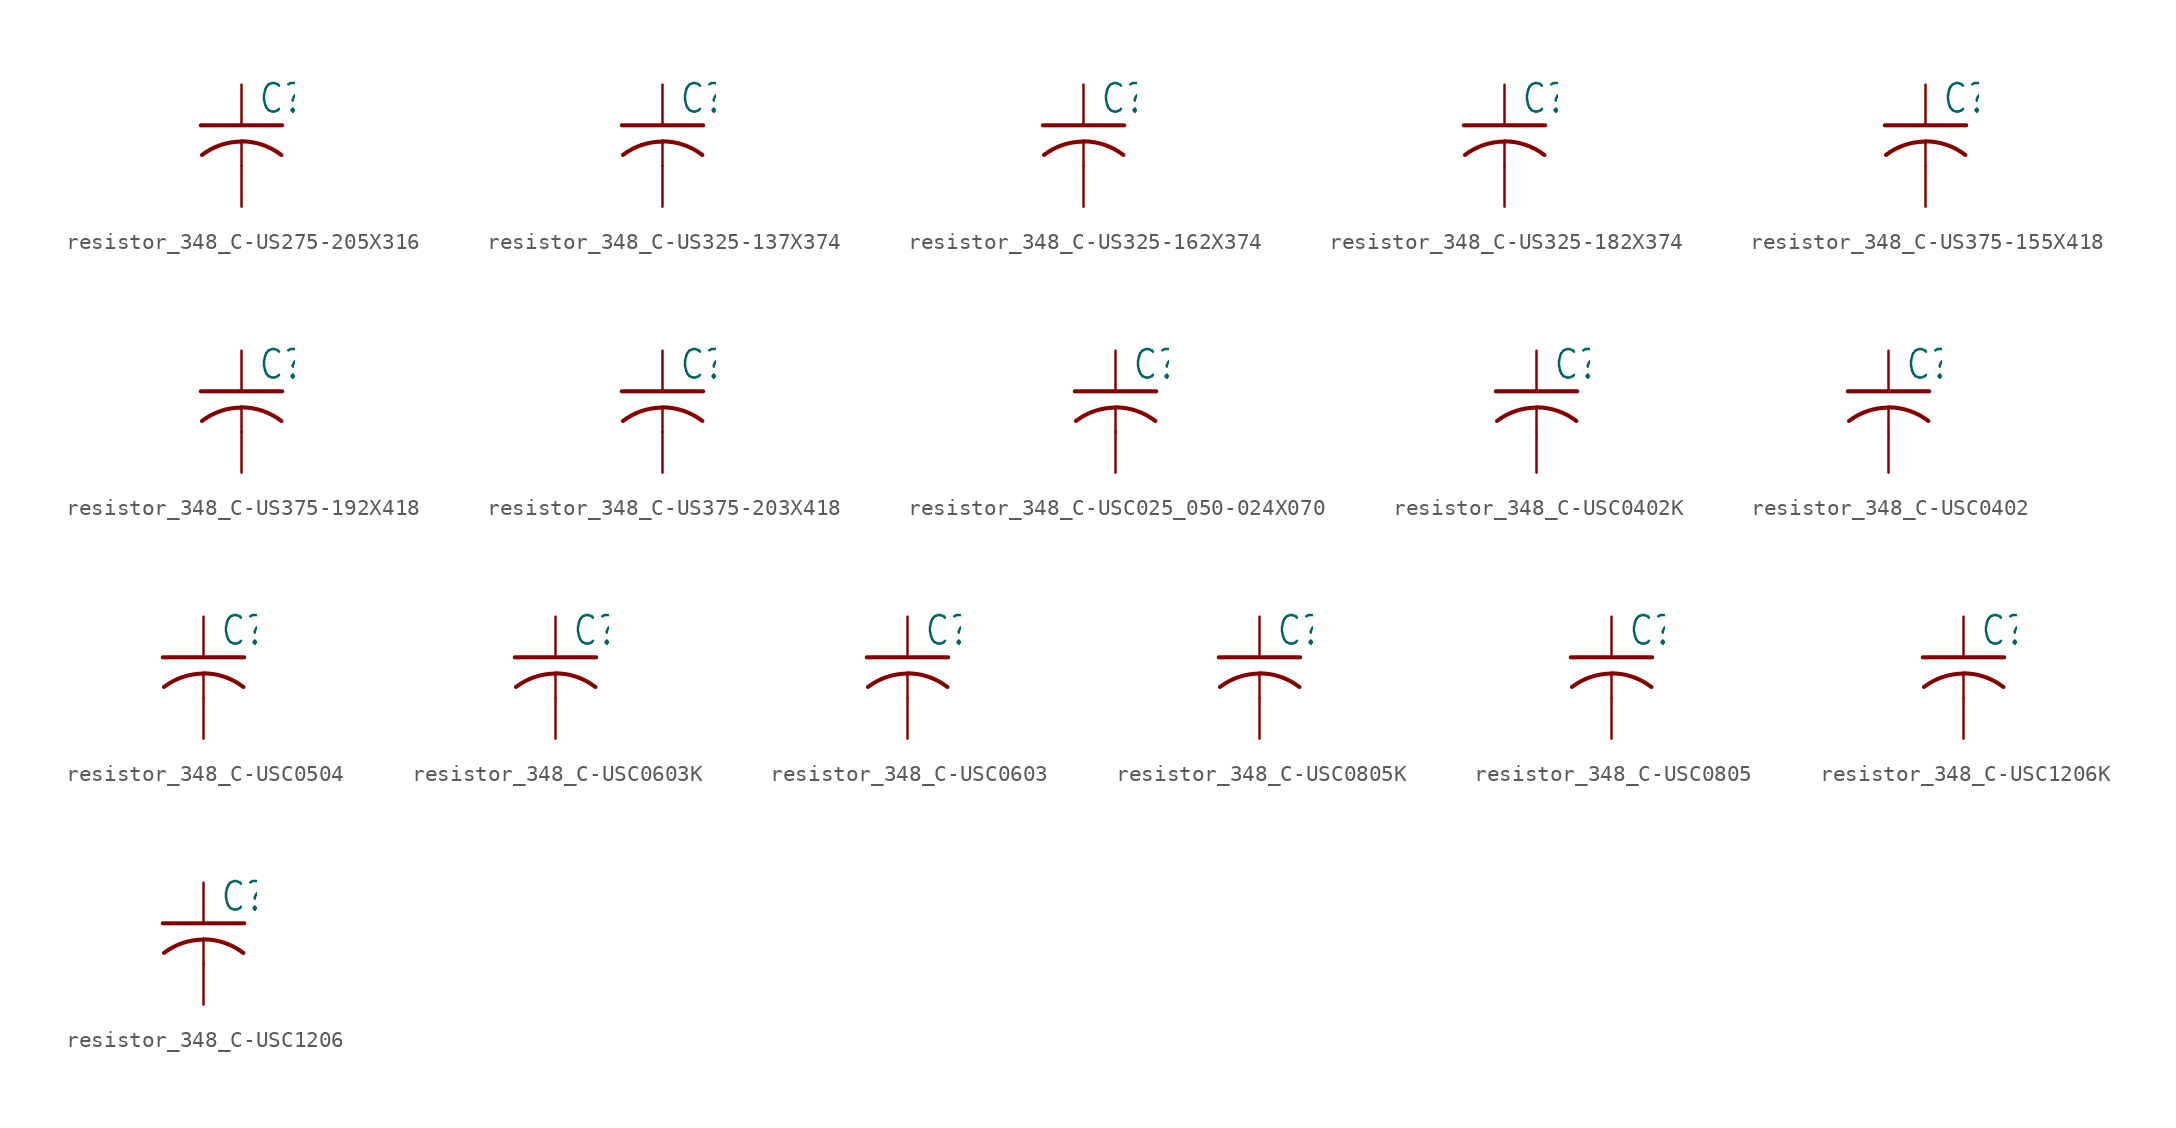
<source format=kicad_sym>
(kicad_symbol_lib
  (version 20241209)
  (generator "kicad_symbol_editor")
  (generator_version "9.0")
  (symbol "resistor_348_C-US275-205X316"
    (property "Reference" "C"
      (at 1.016 0.635 0)
      (effects (font (size 1.778 1.511)) (justify left bottom)))
    (property "Value" ""
      (at 1.016 -4.191 0)
      (effects (font (size 1.778 1.511)) (justify left bottom)))
    (property "ki_locked" ""
      (at 0 0 0)
      (effects (font (size 1.27 1.27))))
    (symbol "resistor_348_C-US275-205X316_1_0"
      (polyline (pts (xy -2.54 0) (xy 2.54 0)) (stroke (width 0.254) (type solid)) (fill (type none)))
      (polyline (pts (xy 0 -1.016) (xy 0 -2.54)) (stroke (width 0.152) (type solid)) (fill (type none)))
      (arc (start 0 -1) (mid 1.3158 -1.2195) (end 2.4892 -1.8541) (stroke (width 0.254) (type solid)) (fill (type none)))
      (arc (start -2.4668 -1.8504) (mid -1.302 -1.2303) (end 0 -1.0161) (stroke (width 0.254) (type solid)) (fill (type none)))
      (pin passive line (at 0 2.54 270) (length 2.54) (name "1" (effects (font (size 0 0)))) (number "1" (effects (font (size 0 0)))))
      (pin passive line (at 0 -5.08 90) (length 2.54) (name "2" (effects (font (size 0 0)))) (number "2" (effects (font (size 0 0)))))))
  (symbol "resistor_348_C-US325-137X374"
    (property "Reference" "C"
      (at 1.016 0.635 0)
      (effects (font (size 1.778 1.511)) (justify left bottom)))
    (property "Value" ""
      (at 1.016 -4.191 0)
      (effects (font (size 1.778 1.511)) (justify left bottom)))
    (property "ki_locked" ""
      (at 0 0 0)
      (effects (font (size 1.27 1.27))))
    (symbol "resistor_348_C-US325-137X374_1_0"
      (polyline (pts (xy -2.54 0) (xy 2.54 0)) (stroke (width 0.254) (type solid)) (fill (type none)))
      (polyline (pts (xy 0 -1.016) (xy 0 -2.54)) (stroke (width 0.152) (type solid)) (fill (type none)))
      (arc (start 0 -1) (mid 1.3158 -1.2195) (end 2.4892 -1.8541) (stroke (width 0.254) (type solid)) (fill (type none)))
      (arc (start -2.4668 -1.8504) (mid -1.302 -1.2303) (end 0 -1.0161) (stroke (width 0.254) (type solid)) (fill (type none)))
      (pin passive line (at 0 2.54 270) (length 2.54) (name "1" (effects (font (size 0 0)))) (number "1" (effects (font (size 0 0)))))
      (pin passive line (at 0 -5.08 90) (length 2.54) (name "2" (effects (font (size 0 0)))) (number "2" (effects (font (size 0 0)))))))
  (symbol "resistor_348_C-US325-162X374"
    (property "Reference" "C"
      (at 1.016 0.635 0)
      (effects (font (size 1.778 1.511)) (justify left bottom)))
    (property "Value" ""
      (at 1.016 -4.191 0)
      (effects (font (size 1.778 1.511)) (justify left bottom)))
    (property "ki_locked" ""
      (at 0 0 0)
      (effects (font (size 1.27 1.27))))
    (symbol "resistor_348_C-US325-162X374_1_0"
      (polyline (pts (xy -2.54 0) (xy 2.54 0)) (stroke (width 0.254) (type solid)) (fill (type none)))
      (polyline (pts (xy 0 -1.016) (xy 0 -2.54)) (stroke (width 0.152) (type solid)) (fill (type none)))
      (arc (start 0 -1) (mid 1.3158 -1.2195) (end 2.4892 -1.8541) (stroke (width 0.254) (type solid)) (fill (type none)))
      (arc (start -2.4668 -1.8504) (mid -1.302 -1.2303) (end 0 -1.0161) (stroke (width 0.254) (type solid)) (fill (type none)))
      (pin passive line (at 0 2.54 270) (length 2.54) (name "1" (effects (font (size 0 0)))) (number "1" (effects (font (size 0 0)))))
      (pin passive line (at 0 -5.08 90) (length 2.54) (name "2" (effects (font (size 0 0)))) (number "2" (effects (font (size 0 0)))))))
  (symbol "resistor_348_C-US325-182X374"
    (property "Reference" "C"
      (at 1.016 0.635 0)
      (effects (font (size 1.778 1.511)) (justify left bottom)))
    (property "Value" ""
      (at 1.016 -4.191 0)
      (effects (font (size 1.778 1.511)) (justify left bottom)))
    (property "ki_locked" ""
      (at 0 0 0)
      (effects (font (size 1.27 1.27))))
    (symbol "resistor_348_C-US325-182X374_1_0"
      (polyline (pts (xy -2.54 0) (xy 2.54 0)) (stroke (width 0.254) (type solid)) (fill (type none)))
      (polyline (pts (xy 0 -1.016) (xy 0 -2.54)) (stroke (width 0.152) (type solid)) (fill (type none)))
      (arc (start 0 -1) (mid 1.3158 -1.2195) (end 2.4892 -1.8541) (stroke (width 0.254) (type solid)) (fill (type none)))
      (arc (start -2.4668 -1.8504) (mid -1.302 -1.2303) (end 0 -1.0161) (stroke (width 0.254) (type solid)) (fill (type none)))
      (pin passive line (at 0 2.54 270) (length 2.54) (name "1" (effects (font (size 0 0)))) (number "1" (effects (font (size 0 0)))))
      (pin passive line (at 0 -5.08 90) (length 2.54) (name "2" (effects (font (size 0 0)))) (number "2" (effects (font (size 0 0)))))))
  (symbol "resistor_348_C-US375-155X418"
    (property "Reference" "C"
      (at 1.016 0.635 0)
      (effects (font (size 1.778 1.511)) (justify left bottom)))
    (property "Value" ""
      (at 1.016 -4.191 0)
      (effects (font (size 1.778 1.511)) (justify left bottom)))
    (property "ki_locked" ""
      (at 0 0 0)
      (effects (font (size 1.27 1.27))))
    (symbol "resistor_348_C-US375-155X418_1_0"
      (polyline (pts (xy -2.54 0) (xy 2.54 0)) (stroke (width 0.254) (type solid)) (fill (type none)))
      (polyline (pts (xy 0 -1.016) (xy 0 -2.54)) (stroke (width 0.152) (type solid)) (fill (type none)))
      (arc (start 0 -1) (mid 1.3158 -1.2195) (end 2.4892 -1.8541) (stroke (width 0.254) (type solid)) (fill (type none)))
      (arc (start -2.4668 -1.8504) (mid -1.302 -1.2303) (end 0 -1.0161) (stroke (width 0.254) (type solid)) (fill (type none)))
      (pin passive line (at 0 2.54 270) (length 2.54) (name "1" (effects (font (size 0 0)))) (number "1" (effects (font (size 0 0)))))
      (pin passive line (at 0 -5.08 90) (length 2.54) (name "2" (effects (font (size 0 0)))) (number "2" (effects (font (size 0 0)))))))
  (symbol "resistor_348_C-US375-192X418"
    (property "Reference" "C"
      (at 1.016 0.635 0)
      (effects (font (size 1.778 1.511)) (justify left bottom)))
    (property "Value" ""
      (at 1.016 -4.191 0)
      (effects (font (size 1.778 1.511)) (justify left bottom)))
    (property "ki_locked" ""
      (at 0 0 0)
      (effects (font (size 1.27 1.27))))
    (symbol "resistor_348_C-US375-192X418_1_0"
      (polyline (pts (xy -2.54 0) (xy 2.54 0)) (stroke (width 0.254) (type solid)) (fill (type none)))
      (polyline (pts (xy 0 -1.016) (xy 0 -2.54)) (stroke (width 0.152) (type solid)) (fill (type none)))
      (arc (start 0 -1) (mid 1.3158 -1.2195) (end 2.4892 -1.8541) (stroke (width 0.254) (type solid)) (fill (type none)))
      (arc (start -2.4668 -1.8504) (mid -1.302 -1.2303) (end 0 -1.0161) (stroke (width 0.254) (type solid)) (fill (type none)))
      (pin passive line (at 0 2.54 270) (length 2.54) (name "1" (effects (font (size 0 0)))) (number "1" (effects (font (size 0 0)))))
      (pin passive line (at 0 -5.08 90) (length 2.54) (name "2" (effects (font (size 0 0)))) (number "2" (effects (font (size 0 0)))))))
  (symbol "resistor_348_C-US375-203X418"
    (property "Reference" "C"
      (at 1.016 0.635 0)
      (effects (font (size 1.778 1.511)) (justify left bottom)))
    (property "Value" ""
      (at 1.016 -4.191 0)
      (effects (font (size 1.778 1.511)) (justify left bottom)))
    (property "ki_locked" ""
      (at 0 0 0)
      (effects (font (size 1.27 1.27))))
    (symbol "resistor_348_C-US375-203X418_1_0"
      (polyline (pts (xy -2.54 0) (xy 2.54 0)) (stroke (width 0.254) (type solid)) (fill (type none)))
      (polyline (pts (xy 0 -1.016) (xy 0 -2.54)) (stroke (width 0.152) (type solid)) (fill (type none)))
      (arc (start 0 -1) (mid 1.3158 -1.2195) (end 2.4892 -1.8541) (stroke (width 0.254) (type solid)) (fill (type none)))
      (arc (start -2.4668 -1.8504) (mid -1.302 -1.2303) (end 0 -1.0161) (stroke (width 0.254) (type solid)) (fill (type none)))
      (pin passive line (at 0 2.54 270) (length 2.54) (name "1" (effects (font (size 0 0)))) (number "1" (effects (font (size 0 0)))))
      (pin passive line (at 0 -5.08 90) (length 2.54) (name "2" (effects (font (size 0 0)))) (number "2" (effects (font (size 0 0)))))))
  (symbol "resistor_348_C-USC025_050-024X070"
    (property "Reference" "C"
      (at 1.016 0.635 0)
      (effects (font (size 1.778 1.511)) (justify left bottom)))
    (property "Value" ""
      (at 1.016 -4.191 0)
      (effects (font (size 1.778 1.511)) (justify left bottom)))
    (property "ki_locked" ""
      (at 0 0 0)
      (effects (font (size 1.27 1.27))))
    (symbol "resistor_348_C-USC025_050-024X070_1_0"
      (polyline (pts (xy -2.54 0) (xy 2.54 0)) (stroke (width 0.254) (type solid)) (fill (type none)))
      (polyline (pts (xy 0 -1.016) (xy 0 -2.54)) (stroke (width 0.152) (type solid)) (fill (type none)))
      (arc (start 0 -1) (mid 1.3158 -1.2195) (end 2.4892 -1.8541) (stroke (width 0.254) (type solid)) (fill (type none)))
      (arc (start -2.4668 -1.8504) (mid -1.302 -1.2303) (end 0 -1.0161) (stroke (width 0.254) (type solid)) (fill (type none)))
      (pin passive line (at 0 2.54 270) (length 2.54) (name "1" (effects (font (size 0 0)))) (number "1" (effects (font (size 0 0)))))
      (pin passive line (at 0 -5.08 90) (length 2.54) (name "2" (effects (font (size 0 0)))) (number "2" (effects (font (size 0 0)))))))
  (symbol "resistor_348_C-USC0402K"
    (property "Reference" "C"
      (at 1.016 0.635 0)
      (effects (font (size 1.778 1.511)) (justify left bottom)))
    (property "Value" ""
      (at 1.016 -4.191 0)
      (effects (font (size 1.778 1.511)) (justify left bottom)))
    (property "ki_locked" ""
      (at 0 0 0)
      (effects (font (size 1.27 1.27))))
    (symbol "resistor_348_C-USC0402K_1_0"
      (polyline (pts (xy -2.54 0) (xy 2.54 0)) (stroke (width 0.254) (type solid)) (fill (type none)))
      (polyline (pts (xy 0 -1.016) (xy 0 -2.54)) (stroke (width 0.152) (type solid)) (fill (type none)))
      (arc (start 0 -1) (mid 1.3158 -1.2195) (end 2.4892 -1.8541) (stroke (width 0.254) (type solid)) (fill (type none)))
      (arc (start -2.4668 -1.8504) (mid -1.302 -1.2303) (end 0 -1.0161) (stroke (width 0.254) (type solid)) (fill (type none)))
      (pin passive line (at 0 2.54 270) (length 2.54) (name "1" (effects (font (size 0 0)))) (number "1" (effects (font (size 0 0)))))
      (pin passive line (at 0 -5.08 90) (length 2.54) (name "2" (effects (font (size 0 0)))) (number "2" (effects (font (size 0 0)))))))
  (symbol "resistor_348_C-USC0402"
    (property "Reference" "C"
      (at 1.016 0.635 0)
      (effects (font (size 1.778 1.511)) (justify left bottom)))
    (property "Value" ""
      (at 1.016 -4.191 0)
      (effects (font (size 1.778 1.511)) (justify left bottom)))
    (property "ki_locked" ""
      (at 0 0 0)
      (effects (font (size 1.27 1.27))))
    (symbol "resistor_348_C-USC0402_1_0"
      (polyline (pts (xy -2.54 0) (xy 2.54 0)) (stroke (width 0.254) (type solid)) (fill (type none)))
      (polyline (pts (xy 0 -1.016) (xy 0 -2.54)) (stroke (width 0.152) (type solid)) (fill (type none)))
      (arc (start 0 -1) (mid 1.3158 -1.2195) (end 2.4892 -1.8541) (stroke (width 0.254) (type solid)) (fill (type none)))
      (arc (start -2.4668 -1.8504) (mid -1.302 -1.2303) (end 0 -1.0161) (stroke (width 0.254) (type solid)) (fill (type none)))
      (pin passive line (at 0 2.54 270) (length 2.54) (name "1" (effects (font (size 0 0)))) (number "1" (effects (font (size 0 0)))))
      (pin passive line (at 0 -5.08 90) (length 2.54) (name "2" (effects (font (size 0 0)))) (number "2" (effects (font (size 0 0)))))))
  (symbol "resistor_348_C-USC0504"
    (property "Reference" "C"
      (at 1.016 0.635 0)
      (effects (font (size 1.778 1.511)) (justify left bottom)))
    (property "Value" ""
      (at 1.016 -4.191 0)
      (effects (font (size 1.778 1.511)) (justify left bottom)))
    (property "ki_locked" ""
      (at 0 0 0)
      (effects (font (size 1.27 1.27))))
    (symbol "resistor_348_C-USC0504_1_0"
      (polyline (pts (xy -2.54 0) (xy 2.54 0)) (stroke (width 0.254) (type solid)) (fill (type none)))
      (polyline (pts (xy 0 -1.016) (xy 0 -2.54)) (stroke (width 0.152) (type solid)) (fill (type none)))
      (arc (start 0 -1) (mid 1.3158 -1.2195) (end 2.4892 -1.8541) (stroke (width 0.254) (type solid)) (fill (type none)))
      (arc (start -2.4668 -1.8504) (mid -1.302 -1.2303) (end 0 -1.0161) (stroke (width 0.254) (type solid)) (fill (type none)))
      (pin passive line (at 0 2.54 270) (length 2.54) (name "1" (effects (font (size 0 0)))) (number "1" (effects (font (size 0 0)))))
      (pin passive line (at 0 -5.08 90) (length 2.54) (name "2" (effects (font (size 0 0)))) (number "2" (effects (font (size 0 0)))))))
  (symbol "resistor_348_C-USC0603K"
    (property "Reference" "C"
      (at 1.016 0.635 0)
      (effects (font (size 1.778 1.511)) (justify left bottom)))
    (property "Value" ""
      (at 1.016 -4.191 0)
      (effects (font (size 1.778 1.511)) (justify left bottom)))
    (property "ki_locked" ""
      (at 0 0 0)
      (effects (font (size 1.27 1.27))))
    (symbol "resistor_348_C-USC0603K_1_0"
      (polyline (pts (xy -2.54 0) (xy 2.54 0)) (stroke (width 0.254) (type solid)) (fill (type none)))
      (polyline (pts (xy 0 -1.016) (xy 0 -2.54)) (stroke (width 0.152) (type solid)) (fill (type none)))
      (arc (start 0 -1) (mid 1.3158 -1.2195) (end 2.4892 -1.8541) (stroke (width 0.254) (type solid)) (fill (type none)))
      (arc (start -2.4668 -1.8504) (mid -1.302 -1.2303) (end 0 -1.0161) (stroke (width 0.254) (type solid)) (fill (type none)))
      (pin passive line (at 0 2.54 270) (length 2.54) (name "1" (effects (font (size 0 0)))) (number "1" (effects (font (size 0 0)))))
      (pin passive line (at 0 -5.08 90) (length 2.54) (name "2" (effects (font (size 0 0)))) (number "2" (effects (font (size 0 0)))))))
  (symbol "resistor_348_C-USC0603"
    (property "Reference" "C"
      (at 1.016 0.635 0)
      (effects (font (size 1.778 1.511)) (justify left bottom)))
    (property "Value" ""
      (at 1.016 -4.191 0)
      (effects (font (size 1.778 1.511)) (justify left bottom)))
    (property "ki_locked" ""
      (at 0 0 0)
      (effects (font (size 1.27 1.27))))
    (symbol "resistor_348_C-USC0603_1_0"
      (polyline (pts (xy -2.54 0) (xy 2.54 0)) (stroke (width 0.254) (type solid)) (fill (type none)))
      (polyline (pts (xy 0 -1.016) (xy 0 -2.54)) (stroke (width 0.152) (type solid)) (fill (type none)))
      (arc (start 0 -1) (mid 1.3158 -1.2195) (end 2.4892 -1.8541) (stroke (width 0.254) (type solid)) (fill (type none)))
      (arc (start -2.4668 -1.8504) (mid -1.302 -1.2303) (end 0 -1.0161) (stroke (width 0.254) (type solid)) (fill (type none)))
      (pin passive line (at 0 2.54 270) (length 2.54) (name "1" (effects (font (size 0 0)))) (number "1" (effects (font (size 0 0)))))
      (pin passive line (at 0 -5.08 90) (length 2.54) (name "2" (effects (font (size 0 0)))) (number "2" (effects (font (size 0 0)))))))
  (symbol "resistor_348_C-USC0805K"
    (property "Reference" "C"
      (at 1.016 0.635 0)
      (effects (font (size 1.778 1.511)) (justify left bottom)))
    (property "Value" ""
      (at 1.016 -4.191 0)
      (effects (font (size 1.778 1.511)) (justify left bottom)))
    (property "ki_locked" ""
      (at 0 0 0)
      (effects (font (size 1.27 1.27))))
    (symbol "resistor_348_C-USC0805K_1_0"
      (polyline (pts (xy -2.54 0) (xy 2.54 0)) (stroke (width 0.254) (type solid)) (fill (type none)))
      (polyline (pts (xy 0 -1.016) (xy 0 -2.54)) (stroke (width 0.152) (type solid)) (fill (type none)))
      (arc (start 0 -1) (mid 1.3158 -1.2195) (end 2.4892 -1.8541) (stroke (width 0.254) (type solid)) (fill (type none)))
      (arc (start -2.4668 -1.8504) (mid -1.302 -1.2303) (end 0 -1.0161) (stroke (width 0.254) (type solid)) (fill (type none)))
      (pin passive line (at 0 2.54 270) (length 2.54) (name "1" (effects (font (size 0 0)))) (number "1" (effects (font (size 0 0)))))
      (pin passive line (at 0 -5.08 90) (length 2.54) (name "2" (effects (font (size 0 0)))) (number "2" (effects (font (size 0 0)))))))
  (symbol "resistor_348_C-USC0805"
    (property "Reference" "C"
      (at 1.016 0.635 0)
      (effects (font (size 1.778 1.511)) (justify left bottom)))
    (property "Value" ""
      (at 1.016 -4.191 0)
      (effects (font (size 1.778 1.511)) (justify left bottom)))
    (property "ki_locked" ""
      (at 0 0 0)
      (effects (font (size 1.27 1.27))))
    (symbol "resistor_348_C-USC0805_1_0"
      (polyline (pts (xy -2.54 0) (xy 2.54 0)) (stroke (width 0.254) (type solid)) (fill (type none)))
      (polyline (pts (xy 0 -1.016) (xy 0 -2.54)) (stroke (width 0.152) (type solid)) (fill (type none)))
      (arc (start 0 -1) (mid 1.3158 -1.2195) (end 2.4892 -1.8541) (stroke (width 0.254) (type solid)) (fill (type none)))
      (arc (start -2.4668 -1.8504) (mid -1.302 -1.2303) (end 0 -1.0161) (stroke (width 0.254) (type solid)) (fill (type none)))
      (pin passive line (at 0 2.54 270) (length 2.54) (name "1" (effects (font (size 0 0)))) (number "1" (effects (font (size 0 0)))))
      (pin passive line (at 0 -5.08 90) (length 2.54) (name "2" (effects (font (size 0 0)))) (number "2" (effects (font (size 0 0)))))))
  (symbol "resistor_348_C-USC1206K"
    (property "Reference" "C"
      (at 1.016 0.635 0)
      (effects (font (size 1.778 1.511)) (justify left bottom)))
    (property "Value" ""
      (at 1.016 -4.191 0)
      (effects (font (size 1.778 1.511)) (justify left bottom)))
    (property "ki_locked" ""
      (at 0 0 0)
      (effects (font (size 1.27 1.27))))
    (symbol "resistor_348_C-USC1206K_1_0"
      (polyline (pts (xy -2.54 0) (xy 2.54 0)) (stroke (width 0.254) (type solid)) (fill (type none)))
      (polyline (pts (xy 0 -1.016) (xy 0 -2.54)) (stroke (width 0.152) (type solid)) (fill (type none)))
      (arc (start 0 -1) (mid 1.3158 -1.2195) (end 2.4892 -1.8541) (stroke (width 0.254) (type solid)) (fill (type none)))
      (arc (start -2.4668 -1.8504) (mid -1.302 -1.2303) (end 0 -1.0161) (stroke (width 0.254) (type solid)) (fill (type none)))
      (pin passive line (at 0 2.54 270) (length 2.54) (name "1" (effects (font (size 0 0)))) (number "1" (effects (font (size 0 0)))))
      (pin passive line (at 0 -5.08 90) (length 2.54) (name "2" (effects (font (size 0 0)))) (number "2" (effects (font (size 0 0)))))))
  (symbol "resistor_348_C-USC1206"
    (property "Reference" "C"
      (at 1.016 0.635 0)
      (effects (font (size 1.778 1.511)) (justify left bottom)))
    (property "Value" ""
      (at 1.016 -4.191 0)
      (effects (font (size 1.778 1.511)) (justify left bottom)))
    (property "ki_locked" ""
      (at 0 0 0)
      (effects (font (size 1.27 1.27))))
    (symbol "resistor_348_C-USC1206_1_0"
      (polyline (pts (xy -2.54 0) (xy 2.54 0)) (stroke (width 0.254) (type solid)) (fill (type none)))
      (polyline (pts (xy 0 -1.016) (xy 0 -2.54)) (stroke (width 0.152) (type solid)) (fill (type none)))
      (arc (start 0 -1) (mid 1.3158 -1.2195) (end 2.4892 -1.8541) (stroke (width 0.254) (type solid)) (fill (type none)))
      (arc (start -2.4668 -1.8504) (mid -1.302 -1.2303) (end 0 -1.0161) (stroke (width 0.254) (type solid)) (fill (type none)))
      (pin passive line (at 0 2.54 270) (length 2.54) (name "1" (effects (font (size 0 0)))) (number "1" (effects (font (size 0 0)))))
      (pin passive line (at 0 -5.08 90) (length 2.54) (name "2" (effects (font (size 0 0)))) (number "2" (effects (font (size 0 0))))))))
</source>
